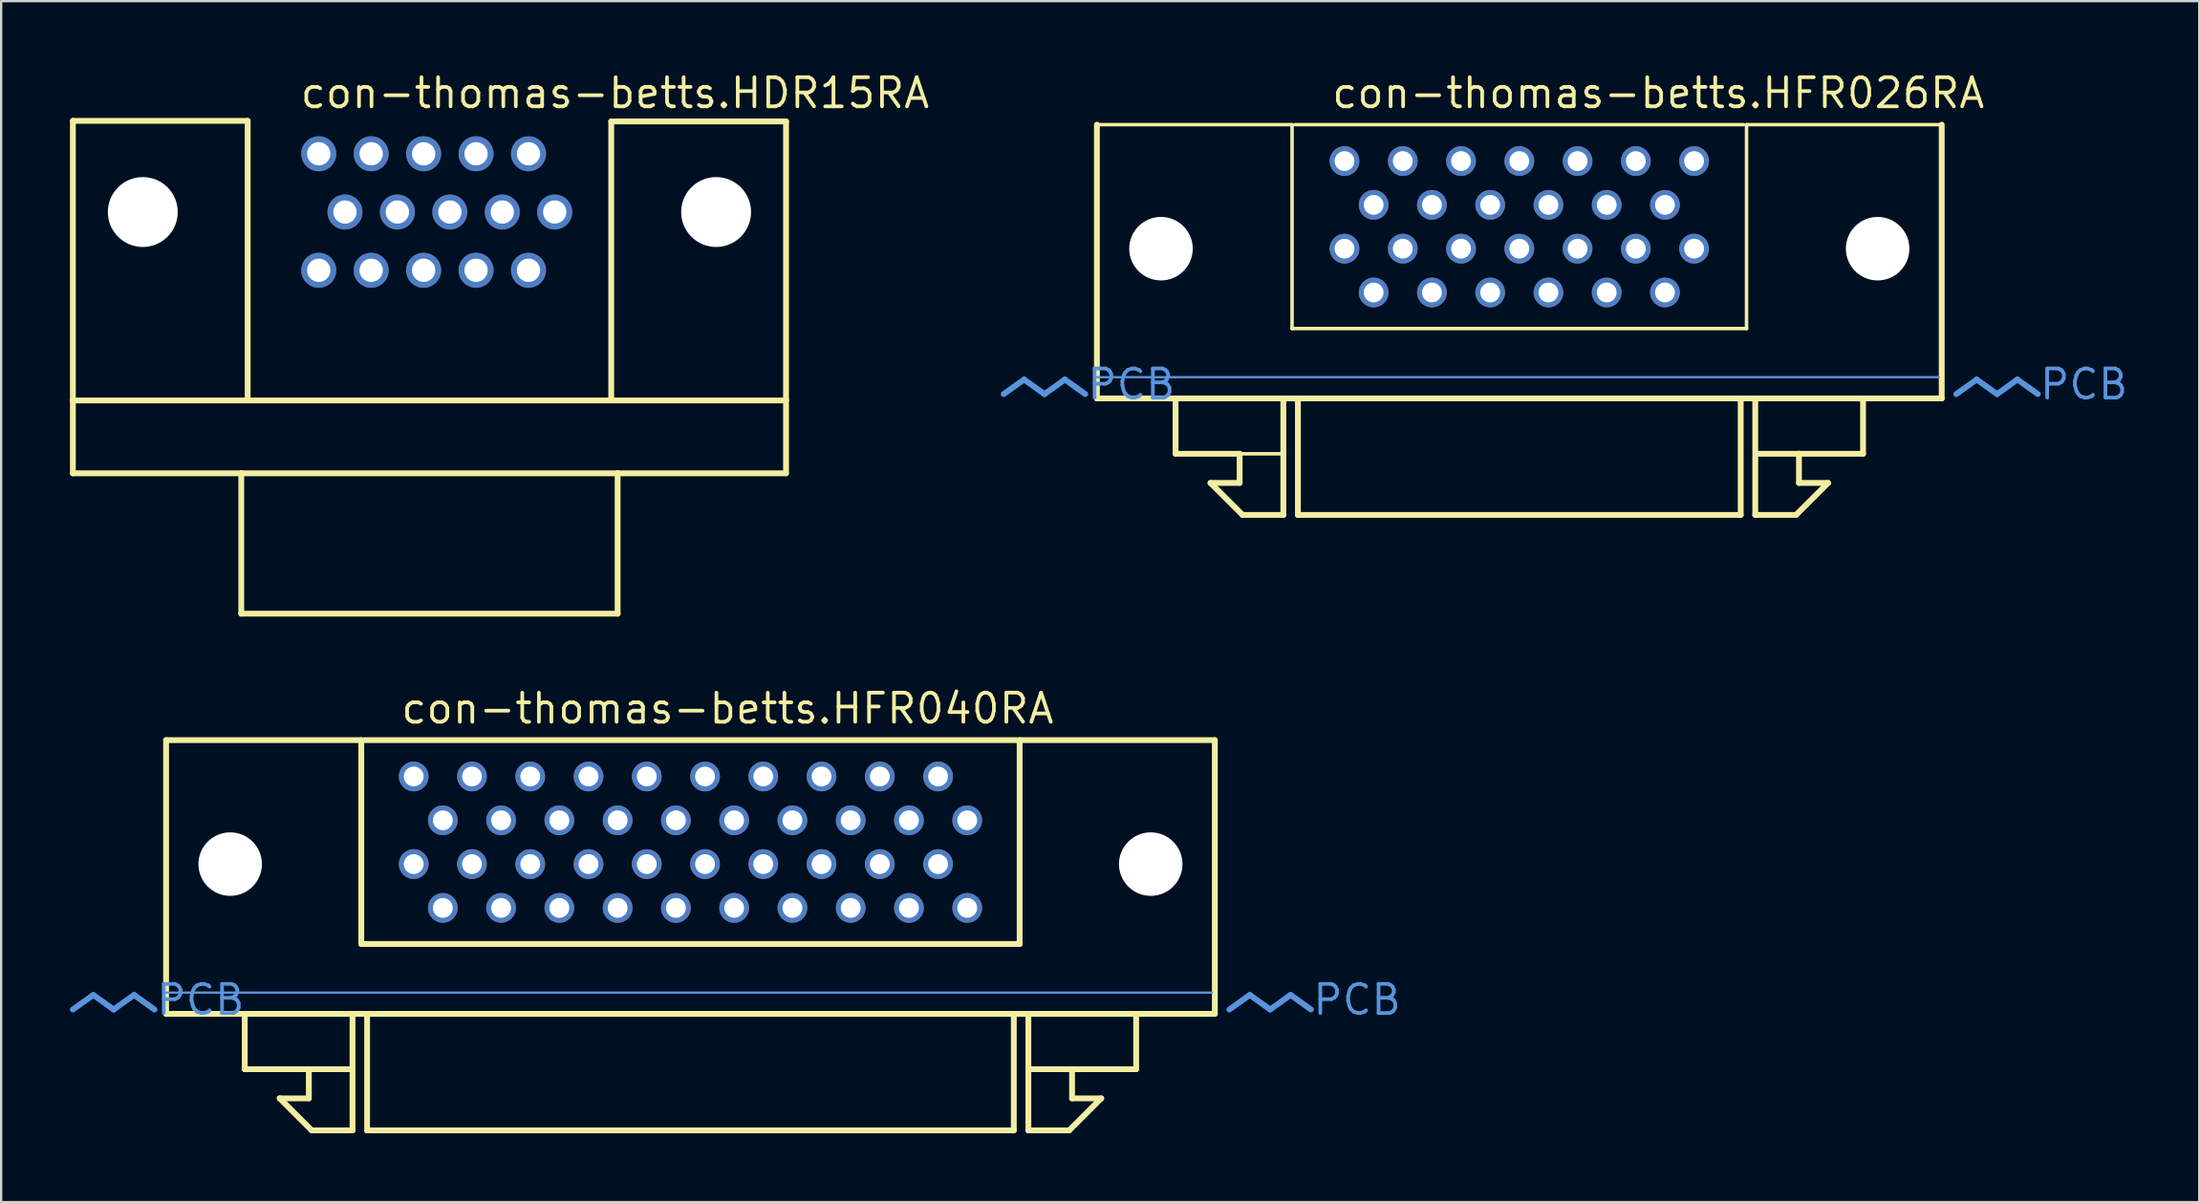
<source format=kicad_pcb>
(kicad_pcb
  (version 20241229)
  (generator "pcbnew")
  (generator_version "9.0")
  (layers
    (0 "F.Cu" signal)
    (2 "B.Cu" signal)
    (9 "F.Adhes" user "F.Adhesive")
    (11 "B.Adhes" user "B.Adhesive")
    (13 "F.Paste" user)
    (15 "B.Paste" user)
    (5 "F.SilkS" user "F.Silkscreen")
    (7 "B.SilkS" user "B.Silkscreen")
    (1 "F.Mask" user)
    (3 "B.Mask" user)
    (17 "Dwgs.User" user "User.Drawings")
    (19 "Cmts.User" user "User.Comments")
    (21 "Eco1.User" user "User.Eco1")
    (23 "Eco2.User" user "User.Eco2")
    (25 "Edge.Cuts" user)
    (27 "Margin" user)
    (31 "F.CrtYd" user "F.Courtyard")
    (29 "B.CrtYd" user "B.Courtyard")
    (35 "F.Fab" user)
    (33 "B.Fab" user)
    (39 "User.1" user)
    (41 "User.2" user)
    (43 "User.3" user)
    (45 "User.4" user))
  (footprint "con-thomas-betts.HFR040RA"
    (layer "F.Cu")
    (at 27.051 39.698)
    (property "Reference" "con-thomas-betts.HFR040RA" (at -12.7 -11.113 0) (layer "F.SilkS") (effects (font (size 1.27 1.27) (thickness 0.16)) (justify left bottom)))
    (attr through_hole)
    (fp_line (start -22.86 -10.477) (end -14.351 -10.477) (stroke (width 0.254) (type default)) (layer "F.SilkS"))
    (fp_line (start -22.86 1.46) (end -22.86 -10.477) (stroke (width 0.254) (type default)) (layer "F.SilkS"))
    (fp_line (start -19.431 3.873) (end -19.431 1.587) (stroke (width 0.254) (type default)) (layer "F.SilkS"))
    (fp_line (start -17.907 5.144) (end -16.637 5.144) (stroke (width 0.254) (type default)) (layer "F.SilkS"))
    (fp_line (start -16.637 3.873) (end -19.431 3.873) (stroke (width 0.254) (type default)) (layer "F.SilkS"))
    (fp_line (start -16.637 3.873) (end -14.859 3.873) (stroke (width 0.254) (type default)) (layer "F.SilkS"))
    (fp_line (start -16.637 5.144) (end -16.637 3.873) (stroke (width 0.254) (type default)) (layer "F.SilkS"))
    (fp_line (start -16.51 6.54) (end -17.907 5.144) (stroke (width 0.254) (type default)) (layer "F.SilkS"))
    (fp_line (start -14.732 1.587) (end -14.732 6.54) (stroke (width 0.254) (type default)) (layer "F.SilkS"))
    (fp_line (start -14.732 6.54) (end -16.51 6.54) (stroke (width 0.254) (type default)) (layer "F.SilkS"))
    (fp_line (start -14.351 -10.477) (end -14.351 -1.587) (stroke (width 0.254) (type default)) (layer "F.SilkS"))
    (fp_line (start -14.351 -1.587) (end 14.351 -1.587) (stroke (width 0.254) (type default)) (layer "F.SilkS"))
    (fp_line (start -14.224 -10.477) (end 14.224 -10.477) (stroke (width 0.254) (type default)) (layer "F.SilkS"))
    (fp_line (start -14.097 6.54) (end -14.097 1.587) (stroke (width 0.254) (type default)) (layer "F.SilkS"))
    (fp_line (start 14.097 1.587) (end 14.097 6.54) (stroke (width 0.254) (type default)) (layer "F.SilkS"))
    (fp_line (start 14.097 6.54) (end -14.097 6.54) (stroke (width 0.254) (type default)) (layer "F.SilkS"))
    (fp_line (start 14.351 -10.477) (end 22.86 -10.477) (stroke (width 0.254) (type default)) (layer "F.SilkS"))
    (fp_line (start 14.351 -1.587) (end 14.351 -10.477) (stroke (width 0.254) (type default)) (layer "F.SilkS"))
    (fp_line (start 14.732 1.587) (end 14.732 6.54) (stroke (width 0.254) (type default)) (layer "F.SilkS"))
    (fp_line (start 14.732 6.54) (end 16.51 6.54) (stroke (width 0.254) (type default)) (layer "F.SilkS"))
    (fp_line (start 16.51 6.54) (end 17.907 5.144) (stroke (width 0.254) (type default)) (layer "F.SilkS"))
    (fp_line (start 16.637 3.873) (end 14.859 3.873) (stroke (width 0.254) (type default)) (layer "F.SilkS"))
    (fp_line (start 16.637 3.873) (end 19.431 3.873) (stroke (width 0.254) (type default)) (layer "F.SilkS"))
    (fp_line (start 16.637 5.144) (end 16.637 3.873) (stroke (width 0.254) (type default)) (layer "F.SilkS"))
    (fp_line (start 17.907 5.144) (end 16.637 5.144) (stroke (width 0.254) (type default)) (layer "F.SilkS"))
    (fp_line (start 19.431 3.873) (end 19.431 1.587) (stroke (width 0.254) (type default)) (layer "F.SilkS"))
    (fp_line (start 22.86 -10.477) (end 22.86 1.46) (stroke (width 0.254) (type default)) (layer "F.SilkS"))
    (fp_line (start 22.86 1.46) (end -22.86 1.46) (stroke (width 0.254) (type default)) (layer "F.SilkS"))
    (fp_line (start -26.035 0.635) (end -26.924 1.27) (stroke (width 0.254) (type default)) (layer "Cmts.User"))
    (fp_line (start -26.035 0.635) (end -25.146 1.27) (stroke (width 0.254) (type default)) (layer "Cmts.User"))
    (fp_line (start -24.257 0.635) (end -25.146 1.27) (stroke (width 0.254) (type default)) (layer "Cmts.User"))
    (fp_line (start -24.257 0.635) (end -23.368 1.27) (stroke (width 0.254) (type default)) (layer "Cmts.User"))
    (fp_line (start -22.86 0.533) (end 22.733 0.533) (stroke (width 0.1) (type default)) (layer "Cmts.User"))
    (fp_line (start 24.384 0.635) (end 23.495 1.27) (stroke (width 0.254) (type default)) (layer "Cmts.User"))
    (fp_line (start 24.384 0.635) (end 25.273 1.27) (stroke (width 0.254) (type default)) (layer "Cmts.User"))
    (fp_line (start 26.162 0.635) (end 25.273 1.27) (stroke (width 0.254) (type default)) (layer "Cmts.User"))
    (fp_line (start 26.162 0.635) (end 27.051 1.27) (stroke (width 0.254) (type default)) (layer "Cmts.User"))
    (fp_text user "PCB" (at 27.051 1.587 180) (layer "Cmts.User") (effects (font (size 1.27 1.27) (thickness 0.16)) (justify left bottom)))
    (fp_text user "PCB" (at -23.368 1.587 180) (layer "Cmts.User") (effects (font (size 1.27 1.27) (thickness 0.16)) (justify left bottom)))
    (pad "" np_thru_hole circle (at -20.066 -5.07) (size 2.769 2.769) (drill 2.769) (layers "*.Cu" "*.Mask"))
    (pad "" np_thru_hole circle (at 20.066 -5.07) (size 2.769 2.769) (drill 2.769) (layers "*.Cu" "*.Mask"))
    (pad "1" thru_hole circle (at 12.065 -6.98) (size 1.295 1.295) (drill 0.864) (layers "*.Cu" "*.Mask"))
    (pad "2" thru_hole circle (at 10.795 -8.89) (size 1.295 1.295) (drill 0.864) (layers "*.Cu" "*.Mask"))
    (pad "3" thru_hole circle (at 9.525 -6.98) (size 1.295 1.295) (drill 0.864) (layers "*.Cu" "*.Mask"))
    (pad "4" thru_hole circle (at 8.255 -8.89) (size 1.295 1.295) (drill 0.864) (layers "*.Cu" "*.Mask"))
    (pad "5" thru_hole circle (at 6.985 -6.98) (size 1.295 1.295) (drill 0.864) (layers "*.Cu" "*.Mask"))
    (pad "6" thru_hole circle (at 5.715 -8.89) (size 1.295 1.295) (drill 0.864) (layers "*.Cu" "*.Mask"))
    (pad "7" thru_hole circle (at 4.445 -6.98) (size 1.295 1.295) (drill 0.864) (layers "*.Cu" "*.Mask"))
    (pad "8" thru_hole circle (at 3.175 -8.89) (size 1.295 1.295) (drill 0.864) (layers "*.Cu" "*.Mask"))
    (pad "9" thru_hole circle (at 1.905 -6.98) (size 1.295 1.295) (drill 0.864) (layers "*.Cu" "*.Mask"))
    (pad "10" thru_hole circle (at 0.635 -8.89) (size 1.295 1.295) (drill 0.864) (layers "*.Cu" "*.Mask"))
    (pad "11" thru_hole circle (at -0.635 -6.98) (size 1.295 1.295) (drill 0.864) (layers "*.Cu" "*.Mask"))
    (pad "12" thru_hole circle (at -1.905 -8.89) (size 1.295 1.295) (drill 0.864) (layers "*.Cu" "*.Mask"))
    (pad "13" thru_hole circle (at -3.175 -6.98) (size 1.295 1.295) (drill 0.864) (layers "*.Cu" "*.Mask"))
    (pad "14" thru_hole circle (at -4.445 -8.89) (size 1.295 1.295) (drill 0.864) (layers "*.Cu" "*.Mask"))
    (pad "15" thru_hole circle (at -5.715 -6.98) (size 1.295 1.295) (drill 0.864) (layers "*.Cu" "*.Mask"))
    (pad "16" thru_hole circle (at -6.985 -8.89) (size 1.295 1.295) (drill 0.864) (layers "*.Cu" "*.Mask"))
    (pad "17" thru_hole circle (at -8.255 -6.98) (size 1.295 1.295) (drill 0.864) (layers "*.Cu" "*.Mask"))
    (pad "18" thru_hole circle (at -9.525 -8.89) (size 1.295 1.295) (drill 0.864) (layers "*.Cu" "*.Mask"))
    (pad "19" thru_hole circle (at -10.795 -6.98) (size 1.295 1.295) (drill 0.864) (layers "*.Cu" "*.Mask"))
    (pad "20" thru_hole circle (at -12.065 -8.89) (size 1.295 1.295) (drill 0.864) (layers "*.Cu" "*.Mask"))
    (pad "21" thru_hole circle (at 12.065 -3.16) (size 1.295 1.295) (drill 0.864) (layers "*.Cu" "*.Mask"))
    (pad "22" thru_hole circle (at 10.795 -5.07) (size 1.295 1.295) (drill 0.864) (layers "*.Cu" "*.Mask"))
    (pad "23" thru_hole circle (at 9.525 -3.16) (size 1.295 1.295) (drill 0.864) (layers "*.Cu" "*.Mask"))
    (pad "24" thru_hole circle (at 8.255 -5.07) (size 1.295 1.295) (drill 0.864) (layers "*.Cu" "*.Mask"))
    (pad "25" thru_hole circle (at 6.985 -3.16) (size 1.295 1.295) (drill 0.864) (layers "*.Cu" "*.Mask"))
    (pad "26" thru_hole circle (at 5.715 -5.07) (size 1.295 1.295) (drill 0.864) (layers "*.Cu" "*.Mask"))
    (pad "27" thru_hole circle (at 4.445 -3.16) (size 1.295 1.295) (drill 0.864) (layers "*.Cu" "*.Mask"))
    (pad "28" thru_hole circle (at 3.175 -5.07) (size 1.295 1.295) (drill 0.864) (layers "*.Cu" "*.Mask"))
    (pad "29" thru_hole circle (at 1.905 -3.16) (size 1.295 1.295) (drill 0.864) (layers "*.Cu" "*.Mask"))
    (pad "30" thru_hole circle (at 0.635 -5.07) (size 1.295 1.295) (drill 0.864) (layers "*.Cu" "*.Mask"))
    (pad "31" thru_hole circle (at -0.635 -3.16) (size 1.295 1.295) (drill 0.864) (layers "*.Cu" "*.Mask"))
    (pad "32" thru_hole circle (at -1.905 -5.07) (size 1.295 1.295) (drill 0.864) (layers "*.Cu" "*.Mask"))
    (pad "33" thru_hole circle (at -3.175 -3.16) (size 1.295 1.295) (drill 0.864) (layers "*.Cu" "*.Mask"))
    (pad "34" thru_hole circle (at -4.445 -5.07) (size 1.295 1.295) (drill 0.864) (layers "*.Cu" "*.Mask"))
    (pad "35" thru_hole circle (at -5.715 -3.16) (size 1.295 1.295) (drill 0.864) (layers "*.Cu" "*.Mask"))
    (pad "36" thru_hole circle (at -6.985 -5.07) (size 1.295 1.295) (drill 0.864) (layers "*.Cu" "*.Mask"))
    (pad "37" thru_hole circle (at -8.255 -3.16) (size 1.295 1.295) (drill 0.864) (layers "*.Cu" "*.Mask"))
    (pad "38" thru_hole circle (at -9.525 -5.07) (size 1.295 1.295) (drill 0.864) (layers "*.Cu" "*.Mask"))
    (pad "39" thru_hole circle (at -10.795 -3.16) (size 1.295 1.295) (drill 0.864) (layers "*.Cu" "*.Mask"))
    (pad "40" thru_hole circle (at -12.065 -5.07) (size 1.295 1.295) (drill 0.864) (layers "*.Cu" "*.Mask")))
  (footprint "con-thomas-betts.HDR15RA"
    (layer "F.Cu")
    (at 15.672 6.195)
    (property "Reference" "con-thomas-betts.HDR15RA" (at -5.715 -4.445 0) (layer "F.SilkS") (effects (font (size 1.27 1.27) (thickness 0.16)) (justify left bottom)))
    (attr through_hole)
    (fp_line (start -15.545 -3.975) (end -7.925 -3.975) (stroke (width 0.254) (type default)) (layer "F.SilkS"))
    (fp_line (start -15.545 8.217) (end -15.545 -3.975) (stroke (width 0.254) (type default)) (layer "F.SilkS"))
    (fp_line (start -15.545 8.217) (end 15.545 8.217) (stroke (width 0.254) (type default)) (layer "F.SilkS"))
    (fp_line (start -15.545 11.392) (end -15.545 8.217) (stroke (width 0.254) (type default)) (layer "F.SilkS"))
    (fp_line (start -8.204 11.392) (end -15.545 11.392) (stroke (width 0.254) (type default)) (layer "F.SilkS"))
    (fp_line (start -8.204 11.392) (end 8.204 11.392) (stroke (width 0.254) (type default)) (layer "F.SilkS"))
    (fp_line (start -8.204 17.513) (end -8.204 11.392) (stroke (width 0.254) (type default)) (layer "F.SilkS"))
    (fp_line (start -7.925 -3.975) (end -7.925 8.077) (stroke (width 0.254) (type default)) (layer "F.SilkS"))
    (fp_line (start 7.925 -3.95) (end 7.925 8.077) (stroke (width 0.254) (type default)) (layer "F.SilkS"))
    (fp_line (start 8.204 11.392) (end 8.204 17.513) (stroke (width 0.254) (type default)) (layer "F.SilkS"))
    (fp_line (start 8.204 17.513) (end -8.204 17.513) (stroke (width 0.254) (type default)) (layer "F.SilkS"))
    (fp_line (start 15.545 -3.95) (end 7.925 -3.95) (stroke (width 0.254) (type default)) (layer "F.SilkS"))
    (fp_line (start 15.545 -3.95) (end 15.545 8.217) (stroke (width 0.254) (type default)) (layer "F.SilkS"))
    (fp_line (start 15.545 8.217) (end 15.545 11.392) (stroke (width 0.254) (type default)) (layer "F.SilkS"))
    (fp_line (start 15.545 11.392) (end 8.204 11.392) (stroke (width 0.254) (type default)) (layer "F.SilkS"))
    (pad "" np_thru_hole circle (at -12.497 0) (size 3.048 3.048) (drill 3.048) (layers "*.Cu" "*.Mask"))
    (pad "" np_thru_hole circle (at 12.497 0) (size 3.048 3.048) (drill 3.048) (layers "*.Cu" "*.Mask"))
    (pad "1" thru_hole circle (at 4.318 -2.54) (size 1.524 1.524) (drill 1.016) (layers "*.Cu" "*.Mask"))
    (pad "2" thru_hole circle (at 2.032 -2.54) (size 1.524 1.524) (drill 1.016) (layers "*.Cu" "*.Mask"))
    (pad "3" thru_hole circle (at -0.254 -2.54) (size 1.524 1.524) (drill 1.016) (layers "*.Cu" "*.Mask"))
    (pad "4" thru_hole circle (at -2.54 -2.54) (size 1.524 1.524) (drill 1.016) (layers "*.Cu" "*.Mask"))
    (pad "5" thru_hole circle (at -4.826 -2.54) (size 1.524 1.524) (drill 1.016) (layers "*.Cu" "*.Mask"))
    (pad "6" thru_hole circle (at 5.461 0) (size 1.524 1.524) (drill 1.016) (layers "*.Cu" "*.Mask"))
    (pad "7" thru_hole circle (at 3.175 0) (size 1.524 1.524) (drill 1.016) (layers "*.Cu" "*.Mask"))
    (pad "8" thru_hole circle (at 0.889 0) (size 1.524 1.524) (drill 1.016) (layers "*.Cu" "*.Mask"))
    (pad "9" thru_hole circle (at -1.397 0) (size 1.524 1.524) (drill 1.016) (layers "*.Cu" "*.Mask"))
    (pad "10" thru_hole circle (at -3.683 0) (size 1.524 1.524) (drill 1.016) (layers "*.Cu" "*.Mask"))
    (pad "11" thru_hole circle (at 4.318 2.54) (size 1.524 1.524) (drill 1.016) (layers "*.Cu" "*.Mask"))
    (pad "12" thru_hole circle (at 2.032 2.54) (size 1.524 1.524) (drill 1.016) (layers "*.Cu" "*.Mask"))
    (pad "13" thru_hole circle (at -0.254 2.54) (size 1.524 1.524) (drill 1.016) (layers "*.Cu" "*.Mask"))
    (pad "14" thru_hole circle (at -2.54 2.54) (size 1.524 1.524) (drill 1.016) (layers "*.Cu" "*.Mask"))
    (pad "15" thru_hole circle (at -4.826 2.54) (size 1.524 1.524) (drill 1.016) (layers "*.Cu" "*.Mask")))
  (footprint "con-thomas-betts.HFR026RA"
    (layer "F.Cu")
    (at 63.185 12.863)
    (property "Reference" "con-thomas-betts.HFR026RA" (at -8.255 -11.113 0) (layer "F.SilkS") (effects (font (size 1.27 1.27) (thickness 0.16)) (justify left bottom)))
    (attr through_hole)
    (fp_line (start -18.415 -10.477) (end -9.906 -10.477) (stroke (width 0.152) (type default)) (layer "F.SilkS"))
    (fp_line (start -18.415 1.46) (end -18.415 -10.477) (stroke (width 0.254) (type default)) (layer "F.SilkS"))
    (fp_line (start -14.986 3.873) (end -14.986 1.587) (stroke (width 0.254) (type default)) (layer "F.SilkS"))
    (fp_line (start -13.462 5.144) (end -12.192 5.144) (stroke (width 0.254) (type default)) (layer "F.SilkS"))
    (fp_line (start -12.192 3.873) (end -14.986 3.873) (stroke (width 0.254) (type default)) (layer "F.SilkS"))
    (fp_line (start -12.192 3.873) (end -10.414 3.873) (stroke (width 0.152) (type default)) (layer "F.SilkS"))
    (fp_line (start -12.192 5.144) (end -12.192 3.873) (stroke (width 0.254) (type default)) (layer "F.SilkS"))
    (fp_line (start -12.065 6.54) (end -13.462 5.144) (stroke (width 0.254) (type default)) (layer "F.SilkS"))
    (fp_line (start -10.287 1.587) (end -10.287 6.54) (stroke (width 0.254) (type default)) (layer "F.SilkS"))
    (fp_line (start -10.287 6.54) (end -12.065 6.54) (stroke (width 0.254) (type default)) (layer "F.SilkS"))
    (fp_line (start -9.906 -10.477) (end -9.906 -1.587) (stroke (width 0.152) (type default)) (layer "F.SilkS"))
    (fp_line (start -9.906 -1.587) (end 9.906 -1.587) (stroke (width 0.152) (type default)) (layer "F.SilkS"))
    (fp_line (start -9.779 -10.477) (end 9.779 -10.477) (stroke (width 0.152) (type default)) (layer "F.SilkS"))
    (fp_line (start -9.652 6.54) (end -9.652 1.587) (stroke (width 0.254) (type default)) (layer "F.SilkS"))
    (fp_line (start 9.652 1.587) (end 9.652 6.54) (stroke (width 0.254) (type default)) (layer "F.SilkS"))
    (fp_line (start 9.652 6.54) (end -9.652 6.54) (stroke (width 0.254) (type default)) (layer "F.SilkS"))
    (fp_line (start 9.906 -10.477) (end 18.415 -10.477) (stroke (width 0.152) (type default)) (layer "F.SilkS"))
    (fp_line (start 9.906 -1.587) (end 9.906 -10.477) (stroke (width 0.152) (type default)) (layer "F.SilkS"))
    (fp_line (start 10.287 1.587) (end 10.287 6.54) (stroke (width 0.254) (type default)) (layer "F.SilkS"))
    (fp_line (start 10.287 6.54) (end 12.065 6.54) (stroke (width 0.254) (type default)) (layer "F.SilkS"))
    (fp_line (start 12.065 6.54) (end 13.462 5.144) (stroke (width 0.254) (type default)) (layer "F.SilkS"))
    (fp_line (start 12.192 3.873) (end 10.414 3.873) (stroke (width 0.254) (type default)) (layer "F.SilkS"))
    (fp_line (start 12.192 3.873) (end 14.986 3.873) (stroke (width 0.254) (type default)) (layer "F.SilkS"))
    (fp_line (start 12.192 5.144) (end 12.192 3.873) (stroke (width 0.254) (type default)) (layer "F.SilkS"))
    (fp_line (start 13.462 5.144) (end 12.192 5.144) (stroke (width 0.254) (type default)) (layer "F.SilkS"))
    (fp_line (start 14.986 3.873) (end 14.986 1.587) (stroke (width 0.254) (type default)) (layer "F.SilkS"))
    (fp_line (start 18.415 -10.477) (end 18.415 1.46) (stroke (width 0.254) (type default)) (layer "F.SilkS"))
    (fp_line (start 18.415 1.46) (end -18.415 1.46) (stroke (width 0.254) (type default)) (layer "F.SilkS"))
    (fp_line (start -21.59 0.635) (end -22.479 1.27) (stroke (width 0.254) (type default)) (layer "Cmts.User"))
    (fp_line (start -21.59 0.635) (end -20.701 1.27) (stroke (width 0.254) (type default)) (layer "Cmts.User"))
    (fp_line (start -19.812 0.635) (end -20.701 1.27) (stroke (width 0.254) (type default)) (layer "Cmts.User"))
    (fp_line (start -19.812 0.635) (end -18.923 1.27) (stroke (width 0.254) (type default)) (layer "Cmts.User"))
    (fp_line (start -18.415 0.533) (end 18.288 0.533) (stroke (width 0.1) (type default)) (layer "Cmts.User"))
    (fp_line (start 19.939 0.635) (end 19.05 1.27) (stroke (width 0.254) (type default)) (layer "Cmts.User"))
    (fp_line (start 19.939 0.635) (end 20.828 1.27) (stroke (width 0.254) (type default)) (layer "Cmts.User"))
    (fp_line (start 21.717 0.635) (end 20.828 1.27) (stroke (width 0.254) (type default)) (layer "Cmts.User"))
    (fp_line (start 21.717 0.635) (end 22.606 1.27) (stroke (width 0.254) (type default)) (layer "Cmts.User"))
    (fp_text user "PCB" (at -18.923 1.587 180) (layer "Cmts.User") (effects (font (size 1.27 1.27) (thickness 0.16)) (justify left bottom)))
    (fp_text user "PCB" (at 22.606 1.587 180) (layer "Cmts.User") (effects (font (size 1.27 1.27) (thickness 0.16)) (justify left bottom)))
    (pad "" np_thru_hole circle (at -15.621 -5.07) (size 2.769 2.769) (drill 2.769) (layers "*.Cu" "*.Mask"))
    (pad "" np_thru_hole circle (at 15.621 -5.07) (size 2.769 2.769) (drill 2.769) (layers "*.Cu" "*.Mask"))
    (pad "1" thru_hole circle (at 7.62 -8.89) (size 1.295 1.295) (drill 0.864) (layers "*.Cu" "*.Mask"))
    (pad "2" thru_hole circle (at 6.35 -6.98) (size 1.295 1.295) (drill 0.864) (layers "*.Cu" "*.Mask"))
    (pad "3" thru_hole circle (at 5.08 -8.89) (size 1.295 1.295) (drill 0.864) (layers "*.Cu" "*.Mask"))
    (pad "4" thru_hole circle (at 3.81 -6.98) (size 1.295 1.295) (drill 0.864) (layers "*.Cu" "*.Mask"))
    (pad "5" thru_hole circle (at 2.54 -8.89) (size 1.295 1.295) (drill 0.864) (layers "*.Cu" "*.Mask"))
    (pad "6" thru_hole circle (at 1.27 -6.98) (size 1.295 1.295) (drill 0.864) (layers "*.Cu" "*.Mask"))
    (pad "7" thru_hole circle (at 0 -8.89) (size 1.295 1.295) (drill 0.864) (layers "*.Cu" "*.Mask"))
    (pad "8" thru_hole circle (at -1.27 -6.98) (size 1.295 1.295) (drill 0.864) (layers "*.Cu" "*.Mask"))
    (pad "9" thru_hole circle (at -2.54 -8.89) (size 1.295 1.295) (drill 0.864) (layers "*.Cu" "*.Mask"))
    (pad "10" thru_hole circle (at -3.81 -6.98) (size 1.295 1.295) (drill 0.864) (layers "*.Cu" "*.Mask"))
    (pad "11" thru_hole circle (at -5.08 -8.89) (size 1.295 1.295) (drill 0.864) (layers "*.Cu" "*.Mask"))
    (pad "12" thru_hole circle (at -6.35 -6.98) (size 1.295 1.295) (drill 0.864) (layers "*.Cu" "*.Mask"))
    (pad "13" thru_hole circle (at -7.62 -8.89) (size 1.295 1.295) (drill 0.864) (layers "*.Cu" "*.Mask"))
    (pad "14" thru_hole circle (at 7.62 -5.07) (size 1.295 1.295) (drill 0.864) (layers "*.Cu" "*.Mask"))
    (pad "15" thru_hole circle (at 6.35 -3.16) (size 1.295 1.295) (drill 0.864) (layers "*.Cu" "*.Mask"))
    (pad "16" thru_hole circle (at 5.08 -5.07) (size 1.295 1.295) (drill 0.864) (layers "*.Cu" "*.Mask"))
    (pad "17" thru_hole circle (at 3.81 -3.16) (size 1.295 1.295) (drill 0.864) (layers "*.Cu" "*.Mask"))
    (pad "18" thru_hole circle (at 2.54 -5.07) (size 1.295 1.295) (drill 0.864) (layers "*.Cu" "*.Mask"))
    (pad "19" thru_hole circle (at 1.27 -3.16) (size 1.295 1.295) (drill 0.864) (layers "*.Cu" "*.Mask"))
    (pad "20" thru_hole circle (at 0 -5.07) (size 1.295 1.295) (drill 0.864) (layers "*.Cu" "*.Mask"))
    (pad "21" thru_hole circle (at -1.27 -3.16) (size 1.295 1.295) (drill 0.864) (layers "*.Cu" "*.Mask"))
    (pad "22" thru_hole circle (at -2.54 -5.07) (size 1.295 1.295) (drill 0.864) (layers "*.Cu" "*.Mask"))
    (pad "23" thru_hole circle (at -3.81 -3.16) (size 1.295 1.295) (drill 0.864) (layers "*.Cu" "*.Mask"))
    (pad "24" thru_hole circle (at -5.08 -5.07) (size 1.295 1.295) (drill 0.864) (layers "*.Cu" "*.Mask"))
    (pad "25" thru_hole circle (at -6.35 -3.16) (size 1.295 1.295) (drill 0.864) (layers "*.Cu" "*.Mask"))
    (pad "26" thru_hole circle (at -7.62 -5.07) (size 1.295 1.295) (drill 0.864) (layers "*.Cu" "*.Mask")))
  (gr_rect
    (start -3 -3)
    (end 92.827 49.365)
    (stroke (width 0.1) (type default))
    (fill no)
    (layer "Edge.Cuts")))
</source>
